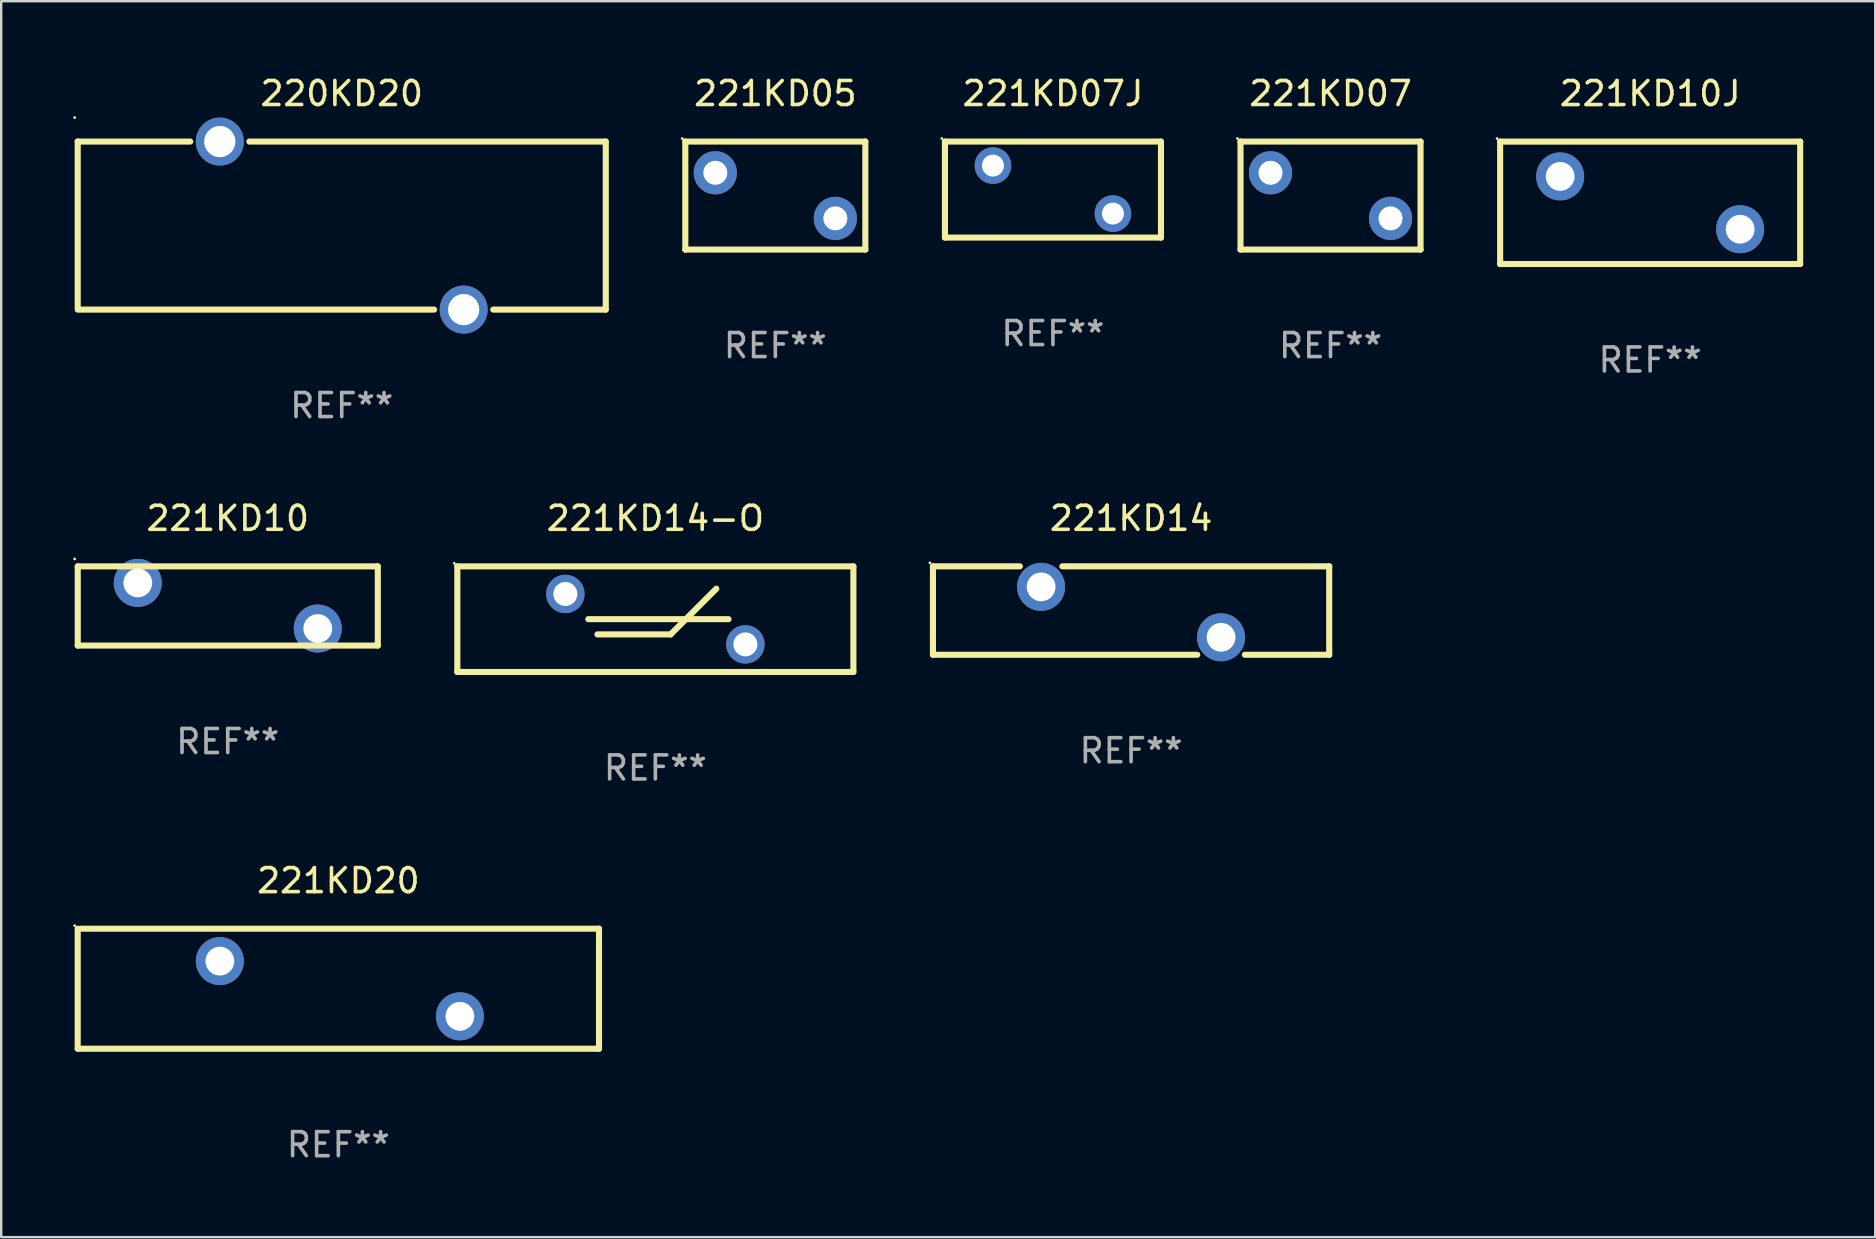
<source format=kicad_pcb>
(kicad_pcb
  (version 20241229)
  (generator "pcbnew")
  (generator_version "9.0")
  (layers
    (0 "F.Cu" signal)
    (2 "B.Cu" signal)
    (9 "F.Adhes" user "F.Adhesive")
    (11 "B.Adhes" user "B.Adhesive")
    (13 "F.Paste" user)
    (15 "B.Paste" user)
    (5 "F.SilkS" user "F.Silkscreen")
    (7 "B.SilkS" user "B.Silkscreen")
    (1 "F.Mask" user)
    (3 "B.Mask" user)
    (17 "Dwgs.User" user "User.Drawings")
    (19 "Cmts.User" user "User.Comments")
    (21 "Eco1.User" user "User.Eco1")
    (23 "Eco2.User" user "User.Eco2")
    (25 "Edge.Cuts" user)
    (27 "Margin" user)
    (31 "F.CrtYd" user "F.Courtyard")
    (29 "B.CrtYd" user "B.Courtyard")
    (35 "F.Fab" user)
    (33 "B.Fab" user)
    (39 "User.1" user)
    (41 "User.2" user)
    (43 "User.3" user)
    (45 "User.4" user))
  (footprint "221KD10J"
    (layer "F.Cu")
    (at 65.696 5.399)
    (property "Reference" "221KD10J" (at 0 -4.55 0) (layer "F.SilkS") (effects (font (size 1 1) (thickness 0.15))))
    (attr through_hole)
    (fp_line (start -6.249 -2.55) (end 6.251 -2.55) (stroke (width 0.254) (type solid)) (layer "F.SilkS"))
    (fp_line (start -6.249 2.55) (end -6.249 -2.55) (stroke (width 0.254) (type solid)) (layer "F.SilkS"))
    (fp_line (start 6.251 -2.55) (end 6.251 2.55) (stroke (width 0.254) (type solid)) (layer "F.SilkS"))
    (fp_line (start 6.251 2.55) (end -6.251 2.55) (stroke (width 0.254) (type solid)) (layer "F.SilkS"))
    (fp_circle (center -6.378 -2.677) (end -6.348 -2.677) (stroke (width 0.06) (type solid)) (fill no) (layer "F.SilkS"))
    (fp_text user "REF**" (at 0 6.55 0) (layer "F.Fab") (effects (font (size 1 1) (thickness 0.15))))
    (pad "1" thru_hole circle (at -3.748 -1.1) (size 2 2) (drill 1.2) (layers "*.Cu" "*.Mask"))
    (pad "2" thru_hole circle (at 3.75 1.1) (size 2 2) (drill 1.2) (layers "*.Cu" "*.Mask")))
  (footprint "221KD07"
    (layer "F.Cu")
    (at 52.381 5.098)
    (property "Reference" "221KD07" (at 0 -4.25 0) (layer "F.SilkS") (effects (font (size 1 1) (thickness 0.15))))
    (attr through_hole)
    (fp_line (start -3.75 -2.25) (end -3.75 2.25) (stroke (width 0.254) (type solid)) (layer "F.SilkS"))
    (fp_line (start -3.75 -2.25) (end 3.75 -2.25) (stroke (width 0.254) (type solid)) (layer "F.SilkS"))
    (fp_line (start -3.75 2.25) (end 3.75 2.25) (stroke (width 0.254) (type solid)) (layer "F.SilkS"))
    (fp_line (start 3.75 -2.25) (end 3.75 2.25) (stroke (width 0.254) (type solid)) (layer "F.SilkS"))
    (fp_circle (center -3.877 -2.377) (end -3.847 -2.377) (stroke (width 0.06) (type solid)) (fill no) (layer "F.SilkS"))
    (fp_text user "REF**" (at 0 6.25 0) (layer "F.Fab") (effects (font (size 1 1) (thickness 0.15))))
    (pad "1" thru_hole circle (at -2.5 -0.95) (size 1.8 1.8) (drill 1) (layers "*.Cu" "*.Mask"))
    (pad "2" thru_hole circle (at 2.5 0.95) (size 1.8 1.8) (drill 1) (layers "*.Cu" "*.Mask")))
  (footprint "221KD14"
    (layer "F.Cu")
    (at 44.072 22.386)
    (property "Reference" "221KD14" (at 0 -3.842 0) (layer "F.SilkS") (effects (font (size 1 1) (thickness 0.15))))
    (attr through_hole)
    (fp_line (start -8.255 -1.842) (end -4.634 -1.842) (stroke (width 0.254) (type solid)) (layer "F.SilkS"))
    (fp_line (start -8.255 1.842) (end -8.255 -1.842) (stroke (width 0.254) (type solid)) (layer "F.SilkS"))
    (fp_line (start -2.864 -1.842) (end 8.255 -1.842) (stroke (width 0.254) (type solid)) (layer "F.SilkS"))
    (fp_line (start 2.757 1.842) (end -8.255 1.842) (stroke (width 0.254) (type solid)) (layer "F.SilkS"))
    (fp_line (start 8.255 -1.842) (end 8.255 1.842) (stroke (width 0.254) (type solid)) (layer "F.SilkS"))
    (fp_line (start 8.255 1.842) (end 4.741 1.842) (stroke (width 0.254) (type solid)) (layer "F.SilkS"))
    (fp_circle (center -8.382 -1.987) (end -8.352 -1.987) (stroke (width 0.06) (type solid)) (fill no) (layer "F.SilkS"))
    (fp_text user "REF**" (at 0 5.842 0) (layer "F.Fab") (effects (font (size 1 1) (thickness 0.15))))
    (pad "1" thru_hole circle (at -3.749 -0.987) (size 2 2) (drill 1.2) (layers "*.Cu" "*.Mask"))
    (pad "2" thru_hole circle (at 3.749 1.114) (size 2 2) (drill 1.2) (layers "*.Cu" "*.Mask")))
  (footprint "221KD20"
    (layer "F.Cu")
    (at 11.046 38.141)
    (property "Reference" "221KD20" (at 0 -4.5 0) (layer "F.SilkS") (effects (font (size 1 1) (thickness 0.15))))
    (attr through_hole)
    (fp_line (start -10.859 2.5) (end -10.859 -2.5) (stroke (width 0.254) (type solid)) (layer "F.SilkS"))
    (fp_line (start -10.732 -2.5) (end 10.859 -2.5) (stroke (width 0.254) (type solid)) (layer "F.SilkS"))
    (fp_line (start 10.859 -2.5) (end 10.859 2.5) (stroke (width 0.254) (type solid)) (layer "F.SilkS"))
    (fp_line (start 10.859 2.5) (end -10.859 2.5) (stroke (width 0.254) (type solid)) (layer "F.SilkS"))
    (fp_circle (center -10.986 -2.627) (end -10.956 -2.627) (stroke (width 0.06) (type solid)) (fill no) (layer "F.SilkS"))
    (fp_text user "REF**" (at 0 6.5 0) (layer "F.Fab") (effects (font (size 1 1) (thickness 0.15))))
    (pad "1" thru_hole circle (at -4.937 -1.15) (size 2 2) (drill 1.2) (layers "*.Cu" "*.Mask"))
    (pad "2" thru_hole circle (at 5.063 1.15) (size 2 2) (drill 1.2) (layers "*.Cu" "*.Mask")))
  (footprint "221KD07J"
    (layer "F.Cu")
    (at 40.816 4.848)
    (property "Reference" "221KD07J" (at 0 -4 0) (layer "F.SilkS") (effects (font (size 1 1) (thickness 0.15))))
    (attr through_hole)
    (fp_line (start -4.499 -2) (end 4.501 -2) (stroke (width 0.254) (type solid)) (layer "F.SilkS"))
    (fp_line (start -4.499 1.998) (end -4.499 -2) (stroke (width 0.254) (type solid)) (layer "F.SilkS"))
    (fp_line (start 4.501 -2) (end 4.501 2) (stroke (width 0.254) (type solid)) (layer "F.SilkS"))
    (fp_line (start 4.501 2) (end -4.501 2) (stroke (width 0.254) (type solid)) (layer "F.SilkS"))
    (fp_circle (center -4.628 -2.127) (end -4.598 -2.127) (stroke (width 0.06) (type solid)) (fill no) (layer "F.SilkS"))
    (fp_text user "REF**" (at 0 6 0) (layer "F.Fab") (effects (font (size 1 1) (thickness 0.15))))
    (pad "1" thru_hole circle (at -2.499 -1) (size 1.524 1.524) (drill 0.914) (layers "*.Cu" "*.Mask"))
    (pad "2" thru_hole circle (at 2.5 1) (size 1.524 1.524) (drill 0.914) (layers "*.Cu" "*.Mask")))
  (footprint "221KD10"
    (layer "F.Cu")
    (at 6.438 22.195)
    (property "Reference" "221KD10" (at 0 -3.65 0) (layer "F.SilkS") (effects (font (size 1 1) (thickness 0.15))))
    (attr through_hole)
    (fp_line (start -6.249 -1.65) (end 6.251 -1.65) (stroke (width 0.254) (type solid)) (layer "F.SilkS"))
    (fp_line (start -6.249 1.649) (end -6.249 -1.65) (stroke (width 0.254) (type solid)) (layer "F.SilkS"))
    (fp_line (start 6.251 -1.65) (end 6.251 1.65) (stroke (width 0.254) (type solid)) (layer "F.SilkS"))
    (fp_line (start 6.251 1.65) (end -6.251 1.65) (stroke (width 0.254) (type solid)) (layer "F.SilkS"))
    (fp_circle (center -6.378 -1.96) (end -6.348 -1.96) (stroke (width 0.06) (type solid)) (fill no) (layer "F.SilkS"))
    (fp_text user "REF**" (at 0 5.65 0) (layer "F.Fab") (effects (font (size 1 1) (thickness 0.15))))
    (pad "1" thru_hole circle (at -3.748 -0.96) (size 2 2) (drill 1.2) (layers "*.Cu" "*.Mask"))
    (pad "2" thru_hole circle (at 3.75 0.94) (size 2 2) (drill 1.2) (layers "*.Cu" "*.Mask")))
  (footprint "220KD20"
    (layer "F.Cu")
    (at 11.187 6.348)
    (property "Reference" "220KD20" (at 0 -5.5 0) (layer "F.SilkS") (effects (font (size 1 1) (thickness 0.15))))
    (attr through_hole)
    (fp_line (start -11 -3.5) (end -6.311 -3.5) (stroke (width 0.254) (type solid)) (layer "F.SilkS"))
    (fp_line (start -11 3.5) (end -11 -3.5) (stroke (width 0.254) (type solid)) (layer "F.SilkS"))
    (fp_line (start -3.849 -3.5) (end 11 -3.5) (stroke (width 0.254) (type solid)) (layer "F.SilkS"))
    (fp_line (start 3.849 3.5) (end -10.922 3.5) (stroke (width 0.254) (type solid)) (layer "F.SilkS"))
    (fp_line (start 11 -3.5) (end 11 3.5) (stroke (width 0.254) (type solid)) (layer "F.SilkS"))
    (fp_line (start 11 3.5) (end 6.311 3.5) (stroke (width 0.254) (type solid)) (layer "F.SilkS"))
    (fp_circle (center -11.127 -4.5) (end -11.097 -4.5) (stroke (width 0.06) (type solid)) (fill no) (layer "F.SilkS"))
    (fp_text user "REF**" (at 0 7.5 0) (layer "F.Fab") (effects (font (size 1 1) (thickness 0.15))))
    (pad "1" thru_hole circle (at -5.08 -3.5) (size 2 2) (drill 1.3) (layers "*.Cu" "*.Mask"))
    (pad "2" thru_hole circle (at 5.08 3.5) (size 2 2) (drill 1.3) (layers "*.Cu" "*.Mask")))
  (footprint "221KD14-O"
    (layer "F.Cu")
    (at 24.253 22.745)
    (property "Reference" "221KD14-O" (at 0 -4.2 0) (layer "F.SilkS") (effects (font (size 1 1) (thickness 0.15))))
    (attr through_hole)
    (fp_line (start -8.25 -2.2) (end -8.25 2.2) (stroke (width 0.254) (type solid)) (layer "F.SilkS"))
    (fp_line (start -8.25 -2.2) (end 8.25 -2.2) (stroke (width 0.254) (type solid)) (layer "F.SilkS"))
    (fp_line (start -8.25 2.2) (end 8.25 2.2) (stroke (width 0.254) (type solid)) (layer "F.SilkS"))
    (fp_line (start -2.794 0) (end 3.048 0) (stroke (width 0.254) (type solid)) (layer "F.SilkS"))
    (fp_line (start -2.413 0.635) (end 0.635 0.635) (stroke (width 0.254) (type solid)) (layer "F.SilkS"))
    (fp_line (start 0.635 0.635) (end 2.54 -1.27) (stroke (width 0.254) (type solid)) (layer "F.SilkS"))
    (fp_line (start 8.25 -2.2) (end 8.25 2.2) (stroke (width 0.254) (type solid)) (layer "F.SilkS"))
    (fp_circle (center -8.377 -2.327) (end -8.347 -2.327) (stroke (width 0.06) (type solid)) (fill no) (layer "F.SilkS"))
    (fp_text user "REF**" (at 0 6.2 0) (layer "F.Fab") (effects (font (size 1 1) (thickness 0.15))))
    (pad "1" thru_hole circle (at -3.75 -1.05) (size 1.6 1.6) (drill 1) (layers "*.Cu" "*.Mask"))
    (pad "2" thru_hole circle (at 3.75 1.05) (size 1.6 1.6) (drill 1) (layers "*.Cu" "*.Mask")))
  (footprint "221KD05"
    (layer "F.Cu")
    (at 29.251 5.098)
    (property "Reference" "221KD05" (at 0 -4.25 0) (layer "F.SilkS") (effects (font (size 1 1) (thickness 0.15))))
    (attr through_hole)
    (fp_line (start -3.75 -2.25) (end -3.75 2.25) (stroke (width 0.254) (type solid)) (layer "F.SilkS"))
    (fp_line (start -3.75 -2.25) (end 3.75 -2.25) (stroke (width 0.254) (type solid)) (layer "F.SilkS"))
    (fp_line (start -3.75 2.25) (end 3.75 2.25) (stroke (width 0.254) (type solid)) (layer "F.SilkS"))
    (fp_line (start 3.75 -2.25) (end 3.75 2.25) (stroke (width 0.254) (type solid)) (layer "F.SilkS"))
    (fp_circle (center -3.877 -2.377) (end -3.847 -2.377) (stroke (width 0.06) (type solid)) (fill no) (layer "F.SilkS"))
    (fp_text user "REF**" (at 0 6.25 0) (layer "F.Fab") (effects (font (size 1 1) (thickness 0.15))))
    (pad "1" thru_hole circle (at -2.5 -0.95) (size 1.8 1.8) (drill 1) (layers "*.Cu" "*.Mask"))
    (pad "2" thru_hole circle (at 2.5 0.95) (size 1.8 1.8) (drill 1) (layers "*.Cu" "*.Mask")))
  (gr_rect
    (start -3 -3)
    (end 75.074 48.49)
    (stroke (width 0.1) (type default))
    (fill no)
    (layer "Edge.Cuts")))
</source>
